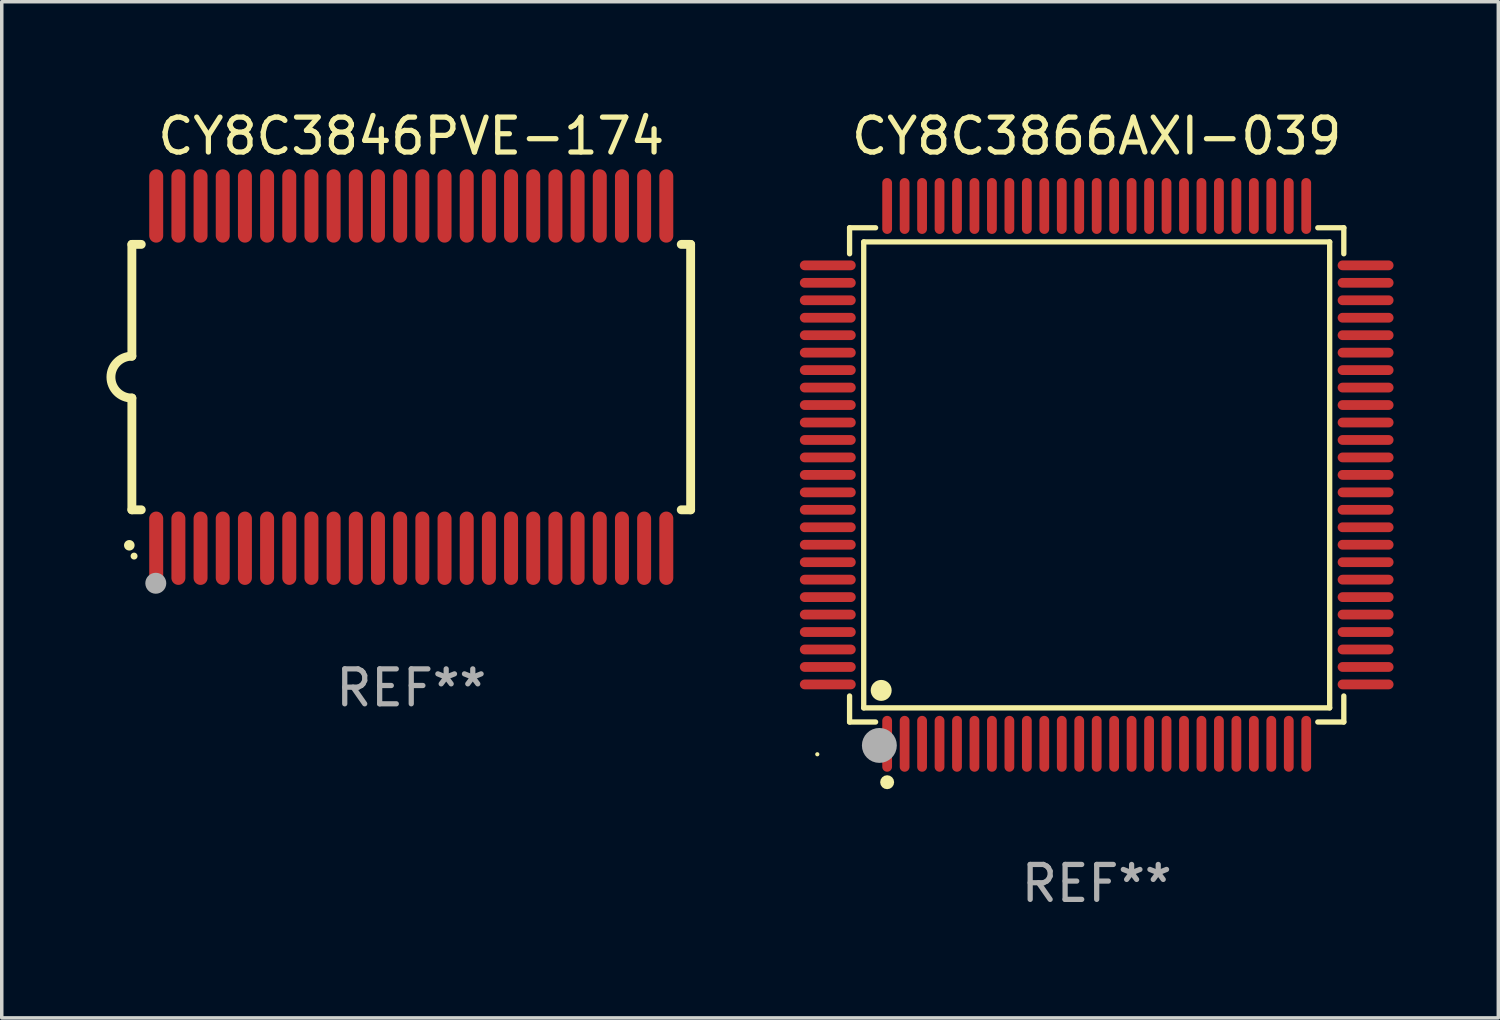
<source format=kicad_pcb>
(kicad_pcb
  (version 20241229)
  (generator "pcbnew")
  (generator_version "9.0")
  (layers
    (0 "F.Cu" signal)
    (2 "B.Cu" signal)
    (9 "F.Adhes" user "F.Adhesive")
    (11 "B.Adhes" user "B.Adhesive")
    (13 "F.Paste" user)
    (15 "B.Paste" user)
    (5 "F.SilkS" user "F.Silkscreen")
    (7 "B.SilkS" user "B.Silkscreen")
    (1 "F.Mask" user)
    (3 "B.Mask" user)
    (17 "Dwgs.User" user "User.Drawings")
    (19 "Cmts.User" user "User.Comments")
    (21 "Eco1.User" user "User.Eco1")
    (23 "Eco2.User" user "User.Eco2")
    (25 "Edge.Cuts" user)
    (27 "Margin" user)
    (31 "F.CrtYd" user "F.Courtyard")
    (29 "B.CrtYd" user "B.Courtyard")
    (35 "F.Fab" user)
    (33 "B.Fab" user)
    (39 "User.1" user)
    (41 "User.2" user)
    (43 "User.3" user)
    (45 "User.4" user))
  (footprint "CY8C3846PVE-174"
    (layer "F.Cu")
    (at 8.726 7.748)
    (property "Reference" "CY8C3846PVE-174" (at 0 -6.9 0) (layer "F.SilkS") (effects (font (size 1 1) (thickness 0.15))))
    (attr through_hole)
    (fp_line (start -8 -3.8) (end -8 -0.599) (stroke (width 0.254) (type solid)) (layer "F.SilkS"))
    (fp_line (start -8 -3.8) (end -7.731 -3.8) (stroke (width 0.254) (type solid)) (layer "F.SilkS"))
    (fp_line (start -8 3.8) (end -8 0.599) (stroke (width 0.254) (type solid)) (layer "F.SilkS"))
    (fp_line (start -7.731 3.8) (end -8 3.8) (stroke (width 0.254) (type solid)) (layer "F.SilkS"))
    (fp_line (start 7.731 -3.8) (end 8 -3.8) (stroke (width 0.254) (type solid)) (layer "F.SilkS"))
    (fp_line (start 8 -3.8) (end 8 3.8) (stroke (width 0.254) (type solid)) (layer "F.SilkS"))
    (fp_line (start 8 3.8) (end 7.731 3.8) (stroke (width 0.254) (type solid)) (layer "F.SilkS"))
    (fp_arc (start -8.074676 4.81585) (mid -8.073406 4.815845) (end -8.072136 4.81585) (stroke (width 0.3) (type solid)) (layer "F.SilkS"))
    (fp_arc (start -8.000025 0.6) (mid -8.598908 0.00056) (end -8.000027 -0.598882) (stroke (width 0.254001) (type solid)) (layer "F.SilkS"))
    (fp_circle (center -7.937 5.125) (end -7.887 5.125) (stroke (width 0.1) (type solid)) (fill no) (layer "F.SilkS"))
    (fp_circle (center -7.315 5.903) (end -7.165 5.903) (stroke (width 0.3) (type solid)) (fill no) (layer "F.Fab"))
    (fp_text user "REF**" (at 0 8.9 0) (layer "F.Fab") (effects (font (size 1 1) (thickness 0.15))))
    (pad "1" smd oval (at -7.303 4.9) (size 0.4 2.1) (layers "F.Cu" "F.Mask" "F.Paste"))
    (pad "2" smd oval (at -6.668 4.9) (size 0.4 2.1) (layers "F.Cu" "F.Mask" "F.Paste"))
    (pad "3" smd oval (at -6.033 4.9) (size 0.4 2.1) (layers "F.Cu" "F.Mask" "F.Paste"))
    (pad "4" smd oval (at -5.398 4.9) (size 0.4 2.1) (layers "F.Cu" "F.Mask" "F.Paste"))
    (pad "5" smd oval (at -4.763 4.9) (size 0.4 2.1) (layers "F.Cu" "F.Mask" "F.Paste"))
    (pad "6" smd oval (at -4.128 4.9) (size 0.4 2.1) (layers "F.Cu" "F.Mask" "F.Paste"))
    (pad "7" smd oval (at -3.493 4.9) (size 0.4 2.1) (layers "F.Cu" "F.Mask" "F.Paste"))
    (pad "8" smd oval (at -2.858 4.9) (size 0.4 2.1) (layers "F.Cu" "F.Mask" "F.Paste"))
    (pad "9" smd oval (at -2.223 4.9) (size 0.4 2.1) (layers "F.Cu" "F.Mask" "F.Paste"))
    (pad "10" smd oval (at -1.588 4.9) (size 0.4 2.1) (layers "F.Cu" "F.Mask" "F.Paste"))
    (pad "11" smd oval (at -0.953 4.9) (size 0.4 2.1) (layers "F.Cu" "F.Mask" "F.Paste"))
    (pad "12" smd oval (at -0.318 4.9) (size 0.4 2.1) (layers "F.Cu" "F.Mask" "F.Paste"))
    (pad "13" smd oval (at 0.318 4.9) (size 0.4 2.1) (layers "F.Cu" "F.Mask" "F.Paste"))
    (pad "14" smd oval (at 0.953 4.9) (size 0.4 2.1) (layers "F.Cu" "F.Mask" "F.Paste"))
    (pad "15" smd oval (at 1.588 4.9) (size 0.4 2.1) (layers "F.Cu" "F.Mask" "F.Paste"))
    (pad "16" smd oval (at 2.223 4.9) (size 0.4 2.1) (layers "F.Cu" "F.Mask" "F.Paste"))
    (pad "17" smd oval (at 2.858 4.9) (size 0.4 2.1) (layers "F.Cu" "F.Mask" "F.Paste"))
    (pad "18" smd oval (at 3.493 4.9) (size 0.4 2.1) (layers "F.Cu" "F.Mask" "F.Paste"))
    (pad "19" smd oval (at 4.128 4.9) (size 0.4 2.1) (layers "F.Cu" "F.Mask" "F.Paste"))
    (pad "20" smd oval (at 4.763 4.9) (size 0.4 2.1) (layers "F.Cu" "F.Mask" "F.Paste"))
    (pad "21" smd oval (at 5.398 4.9) (size 0.4 2.1) (layers "F.Cu" "F.Mask" "F.Paste"))
    (pad "22" smd oval (at 6.033 4.9) (size 0.4 2.1) (layers "F.Cu" "F.Mask" "F.Paste"))
    (pad "23" smd oval (at 6.668 4.9) (size 0.4 2.1) (layers "F.Cu" "F.Mask" "F.Paste"))
    (pad "24" smd oval (at 7.303 4.9) (size 0.4 2.1) (layers "F.Cu" "F.Mask" "F.Paste"))
    (pad "25" smd oval (at 7.303 -4.9 180) (size 0.4 2.1) (layers "F.Cu" "F.Mask" "F.Paste"))
    (pad "26" smd oval (at 6.668 -4.9 180) (size 0.4 2.1) (layers "F.Cu" "F.Mask" "F.Paste"))
    (pad "27" smd oval (at 6.033 -4.9 180) (size 0.4 2.1) (layers "F.Cu" "F.Mask" "F.Paste"))
    (pad "28" smd oval (at 5.398 -4.9 180) (size 0.4 2.1) (layers "F.Cu" "F.Mask" "F.Paste"))
    (pad "29" smd oval (at 4.763 -4.9 180) (size 0.4 2.1) (layers "F.Cu" "F.Mask" "F.Paste"))
    (pad "30" smd oval (at 4.128 -4.9 180) (size 0.4 2.1) (layers "F.Cu" "F.Mask" "F.Paste"))
    (pad "31" smd oval (at 3.493 -4.9 180) (size 0.4 2.1) (layers "F.Cu" "F.Mask" "F.Paste"))
    (pad "32" smd oval (at 2.858 -4.9 180) (size 0.4 2.1) (layers "F.Cu" "F.Mask" "F.Paste"))
    (pad "33" smd oval (at 2.223 -4.9 180) (size 0.4 2.1) (layers "F.Cu" "F.Mask" "F.Paste"))
    (pad "34" smd oval (at 1.588 -4.9 180) (size 0.4 2.1) (layers "F.Cu" "F.Mask" "F.Paste"))
    (pad "35" smd oval (at 0.953 -4.9 180) (size 0.4 2.1) (layers "F.Cu" "F.Mask" "F.Paste"))
    (pad "36" smd oval (at 0.318 -4.9 180) (size 0.4 2.1) (layers "F.Cu" "F.Mask" "F.Paste"))
    (pad "37" smd oval (at -0.318 -4.9 180) (size 0.4 2.1) (layers "F.Cu" "F.Mask" "F.Paste"))
    (pad "38" smd oval (at -0.953 -4.9 180) (size 0.4 2.1) (layers "F.Cu" "F.Mask" "F.Paste"))
    (pad "39" smd oval (at -1.588 -4.9 180) (size 0.4 2.1) (layers "F.Cu" "F.Mask" "F.Paste"))
    (pad "40" smd oval (at -2.223 -4.9 180) (size 0.4 2.1) (layers "F.Cu" "F.Mask" "F.Paste"))
    (pad "41" smd oval (at -2.858 -4.9 180) (size 0.4 2.1) (layers "F.Cu" "F.Mask" "F.Paste"))
    (pad "42" smd oval (at -3.493 -4.9 180) (size 0.4 2.1) (layers "F.Cu" "F.Mask" "F.Paste"))
    (pad "43" smd oval (at -4.128 -4.9 180) (size 0.4 2.1) (layers "F.Cu" "F.Mask" "F.Paste"))
    (pad "44" smd oval (at -4.763 -4.9 180) (size 0.4 2.1) (layers "F.Cu" "F.Mask" "F.Paste"))
    (pad "45" smd oval (at -5.398 -4.9 180) (size 0.4 2.1) (layers "F.Cu" "F.Mask" "F.Paste"))
    (pad "46" smd oval (at -6.033 -4.9 180) (size 0.4 2.1) (layers "F.Cu" "F.Mask" "F.Paste"))
    (pad "47" smd oval (at -6.668 -4.9 180) (size 0.4 2.1) (layers "F.Cu" "F.Mask" "F.Paste"))
    (pad "48" smd oval (at -7.303 -4.9 180) (size 0.4 2.1) (layers "F.Cu" "F.Mask" "F.Paste")))
  (footprint "CY8C3866AXI-039"
    (layer "F.Cu")
    (at 28.353 10.548)
    (property "Reference" "CY8C3866AXI-039" (at 0 -9.7 0) (layer "F.SilkS") (effects (font (size 1 1) (thickness 0.15))))
    (attr through_hole)
    (fp_line (start -7.076 -7.076) (end -6.331 -7.076) (stroke (width 0.152) (type solid)) (layer "F.SilkS"))
    (fp_line (start -7.076 -6.331) (end -7.076 -7.076) (stroke (width 0.152) (type solid)) (layer "F.SilkS"))
    (fp_line (start -7.076 6.331) (end -7.076 7.076) (stroke (width 0.152) (type solid)) (layer "F.SilkS"))
    (fp_line (start -7.076 7.076) (end -6.331 7.076) (stroke (width 0.152) (type solid)) (layer "F.SilkS"))
    (fp_line (start -6.671 -6.671) (end 6.671 -6.671) (stroke (width 0.152) (type solid)) (layer "F.SilkS"))
    (fp_line (start -6.671 6.671) (end -6.671 -6.671) (stroke (width 0.152) (type solid)) (layer "F.SilkS"))
    (fp_line (start 6.671 -6.671) (end 6.671 6.671) (stroke (width 0.152) (type solid)) (layer "F.SilkS"))
    (fp_line (start 6.671 6.671) (end -6.671 6.671) (stroke (width 0.152) (type solid)) (layer "F.SilkS"))
    (fp_line (start 7.076 -7.076) (end 6.331 -7.076) (stroke (width 0.152) (type solid)) (layer "F.SilkS"))
    (fp_line (start 7.076 -6.331) (end 7.076 -7.076) (stroke (width 0.152) (type solid)) (layer "F.SilkS"))
    (fp_line (start 7.076 6.331) (end 7.076 7.076) (stroke (width 0.152) (type solid)) (layer "F.SilkS"))
    (fp_line (start 7.076 7.076) (end 6.331 7.076) (stroke (width 0.152) (type solid)) (layer "F.SilkS"))
    (fp_circle (center -8 8) (end -7.97 8) (stroke (width 0.06) (type solid)) (fill no) (layer "F.SilkS"))
    (fp_circle (center -6.171 6.171) (end -6.021 6.171) (stroke (width 0.3) (type solid)) (fill no) (layer "F.SilkS"))
    (fp_circle (center -6 8.8) (end -5.9 8.8) (stroke (width 0.2) (type solid)) (fill no) (layer "F.SilkS"))
    (fp_circle (center -6.223 7.747) (end -5.973 7.747) (stroke (width 0.5) (type solid)) (fill no) (layer "F.Fab"))
    (fp_text user "REF**" (at 0 11.7 0) (layer "F.Fab") (effects (font (size 1 1) (thickness 0.15))))
    (pad "1" smd oval (at -6 7.7) (size 0.28 1.6) (layers "F.Cu" "F.Mask" "F.Paste"))
    (pad "2" smd oval (at -5.5 7.7) (size 0.28 1.6) (layers "F.Cu" "F.Mask" "F.Paste"))
    (pad "3" smd oval (at -5 7.7) (size 0.28 1.6) (layers "F.Cu" "F.Mask" "F.Paste"))
    (pad "4" smd oval (at -4.5 7.7) (size 0.28 1.6) (layers "F.Cu" "F.Mask" "F.Paste"))
    (pad "5" smd oval (at -4 7.7) (size 0.28 1.6) (layers "F.Cu" "F.Mask" "F.Paste"))
    (pad "6" smd oval (at -3.5 7.7) (size 0.28 1.6) (layers "F.Cu" "F.Mask" "F.Paste"))
    (pad "7" smd oval (at -3 7.7) (size 0.28 1.6) (layers "F.Cu" "F.Mask" "F.Paste"))
    (pad "8" smd oval (at -2.5 7.7) (size 0.28 1.6) (layers "F.Cu" "F.Mask" "F.Paste"))
    (pad "9" smd oval (at -2 7.7) (size 0.28 1.6) (layers "F.Cu" "F.Mask" "F.Paste"))
    (pad "10" smd oval (at -1.5 7.7) (size 0.28 1.6) (layers "F.Cu" "F.Mask" "F.Paste"))
    (pad "11" smd oval (at -1 7.7) (size 0.28 1.6) (layers "F.Cu" "F.Mask" "F.Paste"))
    (pad "12" smd oval (at -0.5 7.7) (size 0.28 1.6) (layers "F.Cu" "F.Mask" "F.Paste"))
    (pad "13" smd oval (at 0 7.7) (size 0.28 1.6) (layers "F.Cu" "F.Mask" "F.Paste"))
    (pad "14" smd oval (at 0.5 7.7) (size 0.28 1.6) (layers "F.Cu" "F.Mask" "F.Paste"))
    (pad "15" smd oval (at 1 7.7) (size 0.28 1.6) (layers "F.Cu" "F.Mask" "F.Paste"))
    (pad "16" smd oval (at 1.5 7.7) (size 0.28 1.6) (layers "F.Cu" "F.Mask" "F.Paste"))
    (pad "17" smd oval (at 2 7.7) (size 0.28 1.6) (layers "F.Cu" "F.Mask" "F.Paste"))
    (pad "18" smd oval (at 2.5 7.7) (size 0.28 1.6) (layers "F.Cu" "F.Mask" "F.Paste"))
    (pad "19" smd oval (at 3 7.7) (size 0.28 1.6) (layers "F.Cu" "F.Mask" "F.Paste"))
    (pad "20" smd oval (at 3.5 7.7) (size 0.28 1.6) (layers "F.Cu" "F.Mask" "F.Paste"))
    (pad "21" smd oval (at 4 7.7) (size 0.28 1.6) (layers "F.Cu" "F.Mask" "F.Paste"))
    (pad "22" smd oval (at 4.5 7.7) (size 0.28 1.6) (layers "F.Cu" "F.Mask" "F.Paste"))
    (pad "23" smd oval (at 5 7.7) (size 0.28 1.6) (layers "F.Cu" "F.Mask" "F.Paste"))
    (pad "24" smd oval (at 5.5 7.7) (size 0.28 1.6) (layers "F.Cu" "F.Mask" "F.Paste"))
    (pad "25" smd oval (at 6 7.7) (size 0.28 1.6) (layers "F.Cu" "F.Mask" "F.Paste"))
    (pad "26" smd oval (at 7.7 6) (size 1.6 0.28) (layers "F.Cu" "F.Mask" "F.Paste"))
    (pad "27" smd oval (at 7.7 5.5) (size 1.6 0.28) (layers "F.Cu" "F.Mask" "F.Paste"))
    (pad "28" smd oval (at 7.7 5) (size 1.6 0.28) (layers "F.Cu" "F.Mask" "F.Paste"))
    (pad "29" smd oval (at 7.7 4.5) (size 1.6 0.28) (layers "F.Cu" "F.Mask" "F.Paste"))
    (pad "30" smd oval (at 7.7 4) (size 1.6 0.28) (layers "F.Cu" "F.Mask" "F.Paste"))
    (pad "31" smd oval (at 7.7 3.5) (size 1.6 0.28) (layers "F.Cu" "F.Mask" "F.Paste"))
    (pad "32" smd oval (at 7.7 3) (size 1.6 0.28) (layers "F.Cu" "F.Mask" "F.Paste"))
    (pad "33" smd oval (at 7.7 2.5) (size 1.6 0.28) (layers "F.Cu" "F.Mask" "F.Paste"))
    (pad "34" smd oval (at 7.7 2) (size 1.6 0.28) (layers "F.Cu" "F.Mask" "F.Paste"))
    (pad "35" smd oval (at 7.7 1.5) (size 1.6 0.28) (layers "F.Cu" "F.Mask" "F.Paste"))
    (pad "36" smd oval (at 7.7 1) (size 1.6 0.28) (layers "F.Cu" "F.Mask" "F.Paste"))
    (pad "37" smd oval (at 7.7 0.5) (size 1.6 0.28) (layers "F.Cu" "F.Mask" "F.Paste"))
    (pad "38" smd oval (at 7.7 0) (size 1.6 0.28) (layers "F.Cu" "F.Mask" "F.Paste"))
    (pad "39" smd oval (at 7.7 -0.5) (size 1.6 0.28) (layers "F.Cu" "F.Mask" "F.Paste"))
    (pad "40" smd oval (at 7.7 -1) (size 1.6 0.28) (layers "F.Cu" "F.Mask" "F.Paste"))
    (pad "41" smd oval (at 7.7 -1.5) (size 1.6 0.28) (layers "F.Cu" "F.Mask" "F.Paste"))
    (pad "42" smd oval (at 7.7 -2) (size 1.6 0.28) (layers "F.Cu" "F.Mask" "F.Paste"))
    (pad "43" smd oval (at 7.7 -2.5) (size 1.6 0.28) (layers "F.Cu" "F.Mask" "F.Paste"))
    (pad "44" smd oval (at 7.7 -3) (size 1.6 0.28) (layers "F.Cu" "F.Mask" "F.Paste"))
    (pad "45" smd oval (at 7.7 -3.5) (size 1.6 0.28) (layers "F.Cu" "F.Mask" "F.Paste"))
    (pad "46" smd oval (at 7.7 -4) (size 1.6 0.28) (layers "F.Cu" "F.Mask" "F.Paste"))
    (pad "47" smd oval (at 7.7 -4.5) (size 1.6 0.28) (layers "F.Cu" "F.Mask" "F.Paste"))
    (pad "48" smd oval (at 7.7 -5) (size 1.6 0.28) (layers "F.Cu" "F.Mask" "F.Paste"))
    (pad "49" smd oval (at 7.7 -5.5) (size 1.6 0.28) (layers "F.Cu" "F.Mask" "F.Paste"))
    (pad "50" smd oval (at 7.7 -6) (size 1.6 0.28) (layers "F.Cu" "F.Mask" "F.Paste"))
    (pad "51" smd oval (at 6 -7.7) (size 0.28 1.6) (layers "F.Cu" "F.Mask" "F.Paste"))
    (pad "52" smd oval (at 5.5 -7.7) (size 0.28 1.6) (layers "F.Cu" "F.Mask" "F.Paste"))
    (pad "53" smd oval (at 5 -7.7) (size 0.28 1.6) (layers "F.Cu" "F.Mask" "F.Paste"))
    (pad "54" smd oval (at 4.5 -7.7) (size 0.28 1.6) (layers "F.Cu" "F.Mask" "F.Paste"))
    (pad "55" smd oval (at 4 -7.7) (size 0.28 1.6) (layers "F.Cu" "F.Mask" "F.Paste"))
    (pad "56" smd oval (at 3.5 -7.7) (size 0.28 1.6) (layers "F.Cu" "F.Mask" "F.Paste"))
    (pad "57" smd oval (at 3 -7.7) (size 0.28 1.6) (layers "F.Cu" "F.Mask" "F.Paste"))
    (pad "58" smd oval (at 2.5 -7.7) (size 0.28 1.6) (layers "F.Cu" "F.Mask" "F.Paste"))
    (pad "59" smd oval (at 2 -7.7) (size 0.28 1.6) (layers "F.Cu" "F.Mask" "F.Paste"))
    (pad "60" smd oval (at 1.5 -7.7) (size 0.28 1.6) (layers "F.Cu" "F.Mask" "F.Paste"))
    (pad "61" smd oval (at 1 -7.7) (size 0.28 1.6) (layers "F.Cu" "F.Mask" "F.Paste"))
    (pad "62" smd oval (at 0.5 -7.7) (size 0.28 1.6) (layers "F.Cu" "F.Mask" "F.Paste"))
    (pad "63" smd oval (at 0 -7.7) (size 0.28 1.6) (layers "F.Cu" "F.Mask" "F.Paste"))
    (pad "64" smd oval (at -0.5 -7.7) (size 0.28 1.6) (layers "F.Cu" "F.Mask" "F.Paste"))
    (pad "65" smd oval (at -1 -7.7) (size 0.28 1.6) (layers "F.Cu" "F.Mask" "F.Paste"))
    (pad "66" smd oval (at -1.5 -7.7) (size 0.28 1.6) (layers "F.Cu" "F.Mask" "F.Paste"))
    (pad "67" smd oval (at -2 -7.7) (size 0.28 1.6) (layers "F.Cu" "F.Mask" "F.Paste"))
    (pad "68" smd oval (at -2.5 -7.7) (size 0.28 1.6) (layers "F.Cu" "F.Mask" "F.Paste"))
    (pad "69" smd oval (at -3 -7.7) (size 0.28 1.6) (layers "F.Cu" "F.Mask" "F.Paste"))
    (pad "70" smd oval (at -3.5 -7.7) (size 0.28 1.6) (layers "F.Cu" "F.Mask" "F.Paste"))
    (pad "71" smd oval (at -4 -7.7) (size 0.28 1.6) (layers "F.Cu" "F.Mask" "F.Paste"))
    (pad "72" smd oval (at -4.5 -7.7) (size 0.28 1.6) (layers "F.Cu" "F.Mask" "F.Paste"))
    (pad "73" smd oval (at -5 -7.7) (size 0.28 1.6) (layers "F.Cu" "F.Mask" "F.Paste"))
    (pad "74" smd oval (at -5.5 -7.7) (size 0.28 1.6) (layers "F.Cu" "F.Mask" "F.Paste"))
    (pad "75" smd oval (at -6 -7.7) (size 0.28 1.6) (layers "F.Cu" "F.Mask" "F.Paste"))
    (pad "76" smd oval (at -7.7 -6) (size 1.6 0.28) (layers "F.Cu" "F.Mask" "F.Paste"))
    (pad "77" smd oval (at -7.7 -5.5) (size 1.6 0.28) (layers "F.Cu" "F.Mask" "F.Paste"))
    (pad "78" smd oval (at -7.7 -5) (size 1.6 0.28) (layers "F.Cu" "F.Mask" "F.Paste"))
    (pad "79" smd oval (at -7.7 -4.5) (size 1.6 0.28) (layers "F.Cu" "F.Mask" "F.Paste"))
    (pad "80" smd oval (at -7.7 -4) (size 1.6 0.28) (layers "F.Cu" "F.Mask" "F.Paste"))
    (pad "81" smd oval (at -7.7 -3.5) (size 1.6 0.28) (layers "F.Cu" "F.Mask" "F.Paste"))
    (pad "82" smd oval (at -7.7 -3) (size 1.6 0.28) (layers "F.Cu" "F.Mask" "F.Paste"))
    (pad "83" smd oval (at -7.7 -2.5) (size 1.6 0.28) (layers "F.Cu" "F.Mask" "F.Paste"))
    (pad "84" smd oval (at -7.7 -2) (size 1.6 0.28) (layers "F.Cu" "F.Mask" "F.Paste"))
    (pad "85" smd oval (at -7.7 -1.5) (size 1.6 0.28) (layers "F.Cu" "F.Mask" "F.Paste"))
    (pad "86" smd oval (at -7.7 -1) (size 1.6 0.28) (layers "F.Cu" "F.Mask" "F.Paste"))
    (pad "87" smd oval (at -7.7 -0.5) (size 1.6 0.28) (layers "F.Cu" "F.Mask" "F.Paste"))
    (pad "88" smd oval (at -7.7 0) (size 1.6 0.28) (layers "F.Cu" "F.Mask" "F.Paste"))
    (pad "89" smd oval (at -7.7 0.5) (size 1.6 0.28) (layers "F.Cu" "F.Mask" "F.Paste"))
    (pad "90" smd oval (at -7.7 1) (size 1.6 0.28) (layers "F.Cu" "F.Mask" "F.Paste"))
    (pad "91" smd oval (at -7.7 1.5) (size 1.6 0.28) (layers "F.Cu" "F.Mask" "F.Paste"))
    (pad "92" smd oval (at -7.7 2) (size 1.6 0.28) (layers "F.Cu" "F.Mask" "F.Paste"))
    (pad "93" smd oval (at -7.7 2.5) (size 1.6 0.28) (layers "F.Cu" "F.Mask" "F.Paste"))
    (pad "94" smd oval (at -7.7 3) (size 1.6 0.28) (layers "F.Cu" "F.Mask" "F.Paste"))
    (pad "95" smd oval (at -7.7 3.5) (size 1.6 0.28) (layers "F.Cu" "F.Mask" "F.Paste"))
    (pad "96" smd oval (at -7.7 4) (size 1.6 0.28) (layers "F.Cu" "F.Mask" "F.Paste"))
    (pad "97" smd oval (at -7.7 4.5) (size 1.6 0.28) (layers "F.Cu" "F.Mask" "F.Paste"))
    (pad "98" smd oval (at -7.7 5) (size 1.6 0.28) (layers "F.Cu" "F.Mask" "F.Paste"))
    (pad "99" smd oval (at -7.7 5.5) (size 1.6 0.28) (layers "F.Cu" "F.Mask" "F.Paste"))
    (pad "100" smd oval (at -7.7 6) (size 1.6 0.28) (layers "F.Cu" "F.Mask" "F.Paste")))
  (gr_rect
    (start -3 -3)
    (end 39.853 26.097)
    (stroke (width 0.1) (type default))
    (fill no)
    (layer "Edge.Cuts")))
</source>
